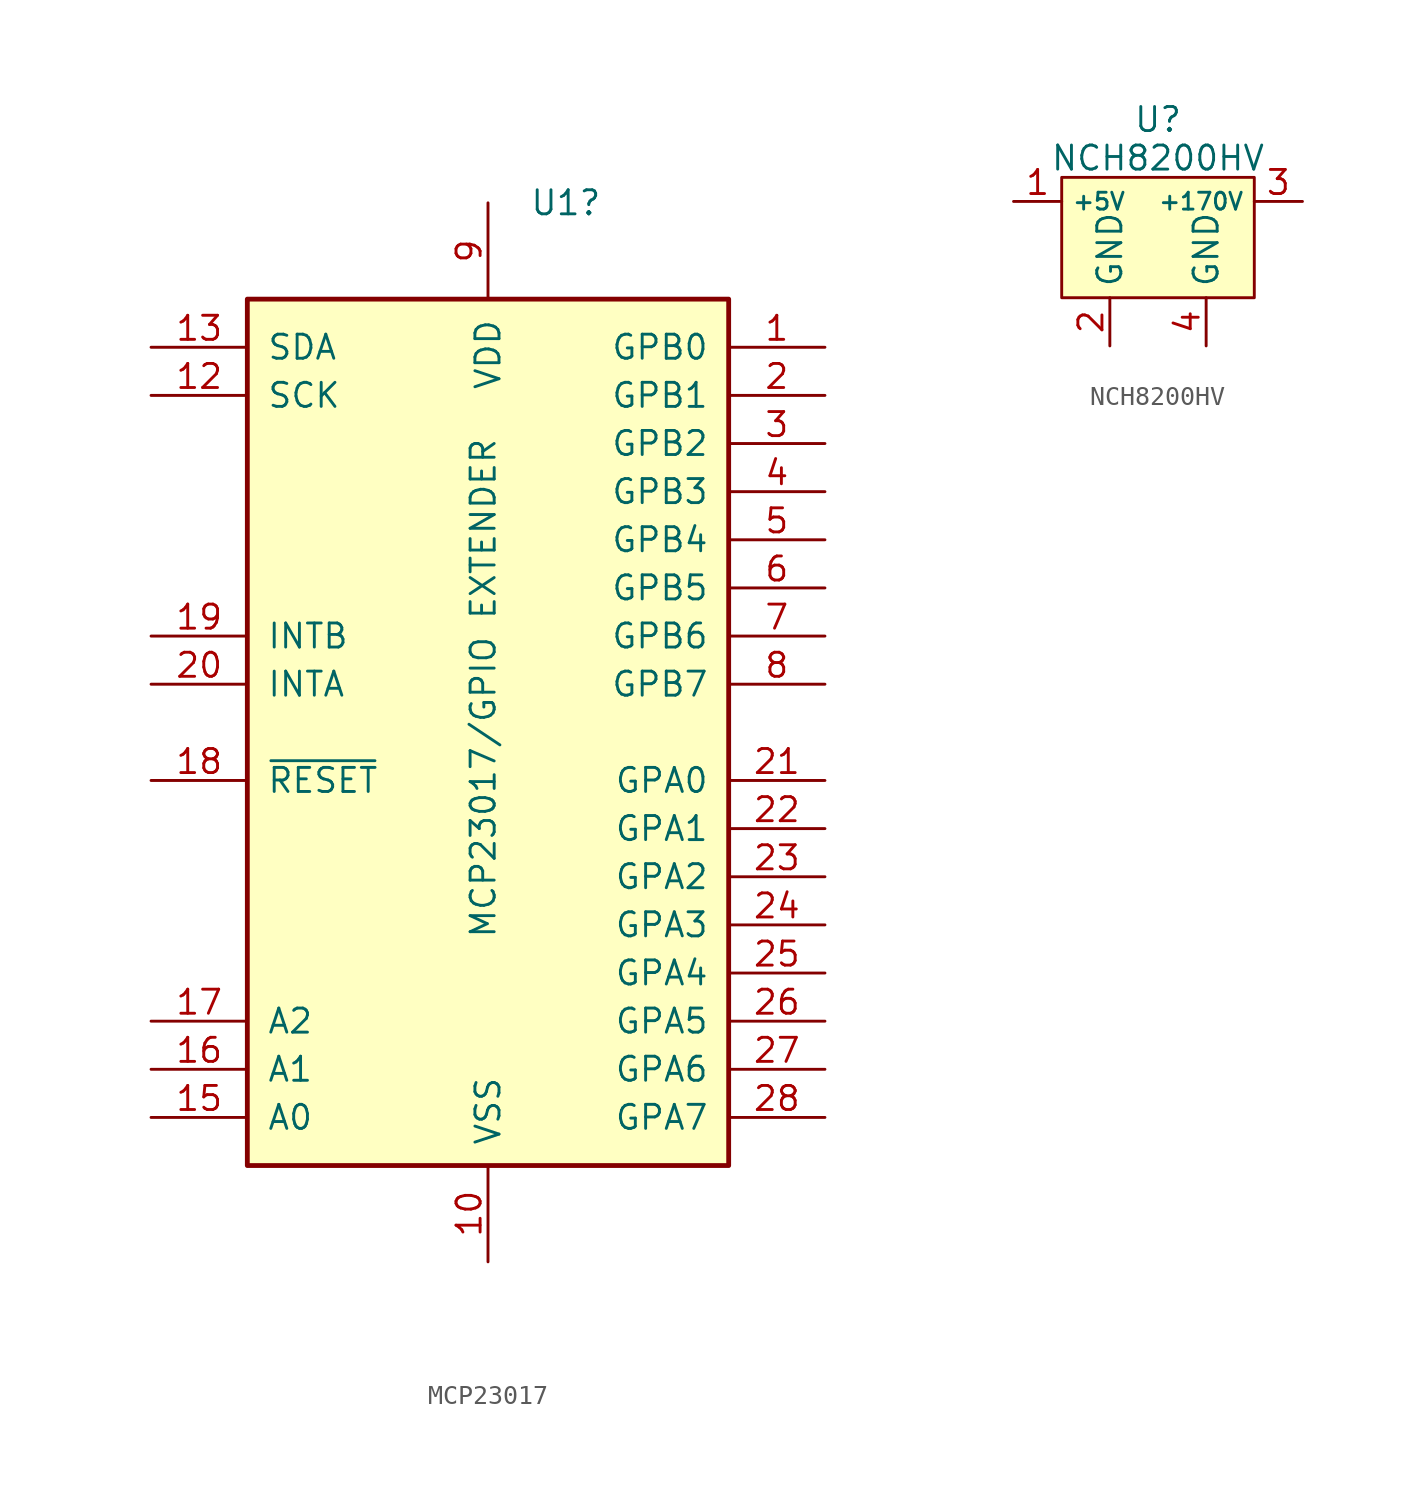
<source format=kicad_sym>
(kicad_symbol_lib
  (version 20231120)
  (generator "kicad_symbol_editor")
  (generator_version "8.0")
  (symbol "MCP23017"
    (pin_names
      (offset 1.016))
    (property "Reference" "U1"
      (at 2.194 27.94 0)
      (effects (font (size 1.27 1.27)) (justify left)))
    (property "Value" "MCP23017/GPIO EXTENDER"
      (at -0.254 -10.922 90)
      (effects (font (size 1.27 1.27)) (justify left)))
    (symbol "MCP23017_0_1"
      (rectangle (start -12.7 22.86) (end 12.7 -22.86) (stroke (width 0.254) (type default)) (fill (type background))))
    (symbol "MCP23017_1_1"
      (pin bidirectional line (at 17.78 20.32 180) (length 5.08) (name "GPB0" (effects (font (size 1.27 1.27)))) (number "1" (effects (font (size 1.27 1.27)))))
      (pin power_in line (at 0 -27.94 90) (length 5.08) (name "VSS" (effects (font (size 1.27 1.27)))) (number "10" (effects (font (size 1.27 1.27)))))
      (pin no_connect line (at -12.7 15.24 0) (length 5.08) hide (name "NC" (effects (font (size 1.27 1.27)))) (number "11" (effects (font (size 1.27 1.27)))))
      (pin input line (at -17.78 17.78 0) (length 5.08) (name "SCK" (effects (font (size 1.27 1.27)))) (number "12" (effects (font (size 1.27 1.27)))))
      (pin bidirectional line (at -17.78 20.32 0) (length 5.08) (name "SDA" (effects (font (size 1.27 1.27)))) (number "13" (effects (font (size 1.27 1.27)))))
      (pin no_connect line (at -12.7 12.7 0) (length 5.08) hide (name "NC" (effects (font (size 1.27 1.27)))) (number "14" (effects (font (size 1.27 1.27)))))
      (pin input line (at -17.78 -20.32 0) (length 5.08) (name "A0" (effects (font (size 1.27 1.27)))) (number "15" (effects (font (size 1.27 1.27)))))
      (pin input line (at -17.78 -17.78 0) (length 5.08) (name "A1" (effects (font (size 1.27 1.27)))) (number "16" (effects (font (size 1.27 1.27)))))
      (pin input line (at -17.78 -15.24 0) (length 5.08) (name "A2" (effects (font (size 1.27 1.27)))) (number "17" (effects (font (size 1.27 1.27)))))
      (pin input line (at -17.78 -2.54 0) (length 5.08) (name "~{RESET}" (effects (font (size 1.27 1.27)))) (number "18" (effects (font (size 1.27 1.27)))))
      (pin tri_state line (at -17.78 5.08 0) (length 5.08) (name "INTB" (effects (font (size 1.27 1.27)))) (number "19" (effects (font (size 1.27 1.27)))))
      (pin bidirectional line (at 17.78 17.78 180) (length 5.08) (name "GPB1" (effects (font (size 1.27 1.27)))) (number "2" (effects (font (size 1.27 1.27)))))
      (pin tri_state line (at -17.78 2.54 0) (length 5.08) (name "INTA" (effects (font (size 1.27 1.27)))) (number "20" (effects (font (size 1.27 1.27)))))
      (pin bidirectional line (at 17.78 -2.54 180) (length 5.08) (name "GPA0" (effects (font (size 1.27 1.27)))) (number "21" (effects (font (size 1.27 1.27)))))
      (pin bidirectional line (at 17.78 -5.08 180) (length 5.08) (name "GPA1" (effects (font (size 1.27 1.27)))) (number "22" (effects (font (size 1.27 1.27)))))
      (pin bidirectional line (at 17.78 -7.62 180) (length 5.08) (name "GPA2" (effects (font (size 1.27 1.27)))) (number "23" (effects (font (size 1.27 1.27)))))
      (pin bidirectional line (at 17.78 -10.16 180) (length 5.08) (name "GPA3" (effects (font (size 1.27 1.27)))) (number "24" (effects (font (size 1.27 1.27)))))
      (pin bidirectional line (at 17.78 -12.7 180) (length 5.08) (name "GPA4" (effects (font (size 1.27 1.27)))) (number "25" (effects (font (size 1.27 1.27)))))
      (pin bidirectional line (at 17.78 -15.24 180) (length 5.08) (name "GPA5" (effects (font (size 1.27 1.27)))) (number "26" (effects (font (size 1.27 1.27)))))
      (pin bidirectional line (at 17.78 -17.78 180) (length 5.08) (name "GPA6" (effects (font (size 1.27 1.27)))) (number "27" (effects (font (size 1.27 1.27)))))
      (pin bidirectional line (at 17.78 -20.32 180) (length 5.08) (name "GPA7" (effects (font (size 1.27 1.27)))) (number "28" (effects (font (size 1.27 1.27)))))
      (pin bidirectional line (at 17.78 15.24 180) (length 5.08) (name "GPB2" (effects (font (size 1.27 1.27)))) (number "3" (effects (font (size 1.27 1.27)))))
      (pin bidirectional line (at 17.78 12.7 180) (length 5.08) (name "GPB3" (effects (font (size 1.27 1.27)))) (number "4" (effects (font (size 1.27 1.27)))))
      (pin bidirectional line (at 17.78 10.16 180) (length 5.08) (name "GPB4" (effects (font (size 1.27 1.27)))) (number "5" (effects (font (size 1.27 1.27)))))
      (pin bidirectional line (at 17.78 7.62 180) (length 5.08) (name "GPB5" (effects (font (size 1.27 1.27)))) (number "6" (effects (font (size 1.27 1.27)))))
      (pin bidirectional line (at 17.78 5.08 180) (length 5.08) (name "GPB6" (effects (font (size 1.27 1.27)))) (number "7" (effects (font (size 1.27 1.27)))))
      (pin bidirectional line (at 17.78 2.54 180) (length 5.08) (name "GPB7" (effects (font (size 1.27 1.27)))) (number "8" (effects (font (size 1.27 1.27)))))
      (pin power_in line (at 0 27.94 270) (length 5.08) (name "VDD" (effects (font (size 1.27 1.27)))) (number "9" (effects (font (size 1.27 1.27)))))))
  (symbol "NCH8200HV"
    (property "Reference" "U"
      (at 0 5.588 0)
      (effects (font (size 1.27 1.27))))
    (property "Value" "NCH8200HV"
      (at 0 3.556 0)
      (effects (font (size 1.27 1.27))))
    (symbol "NCH8200HV_0_1"
      (rectangle (start -5.08 2.54) (end 5.08 -3.81) (stroke (width 0) (type default)) (fill (type background))))
    (symbol "NCH8200HV_1_1"
      (pin power_in line (at -7.62 1.27 0) (length 2.54) (name "+5V" (effects (font (size 0.889 0.889)))) (number "1" (effects (font (size 1.27 1.27)))))
      (pin power_in line (at -2.54 -6.35 90) (length 2.54) (name "GND" (effects (font (size 1.27 1.27)))) (number "2" (effects (font (size 1.27 1.27)))))
      (pin power_out line (at 7.62 1.27 180) (length 2.54) (name "+170V" (effects (font (size 0.889 0.889)))) (number "3" (effects (font (size 1.27 1.27)))))
      (pin power_in line (at 2.54 -6.35 90) (length 2.54) (name "GND" (effects (font (size 1.27 1.27)))) (number "4" (effects (font (size 1.27 1.27))))))))
</source>
